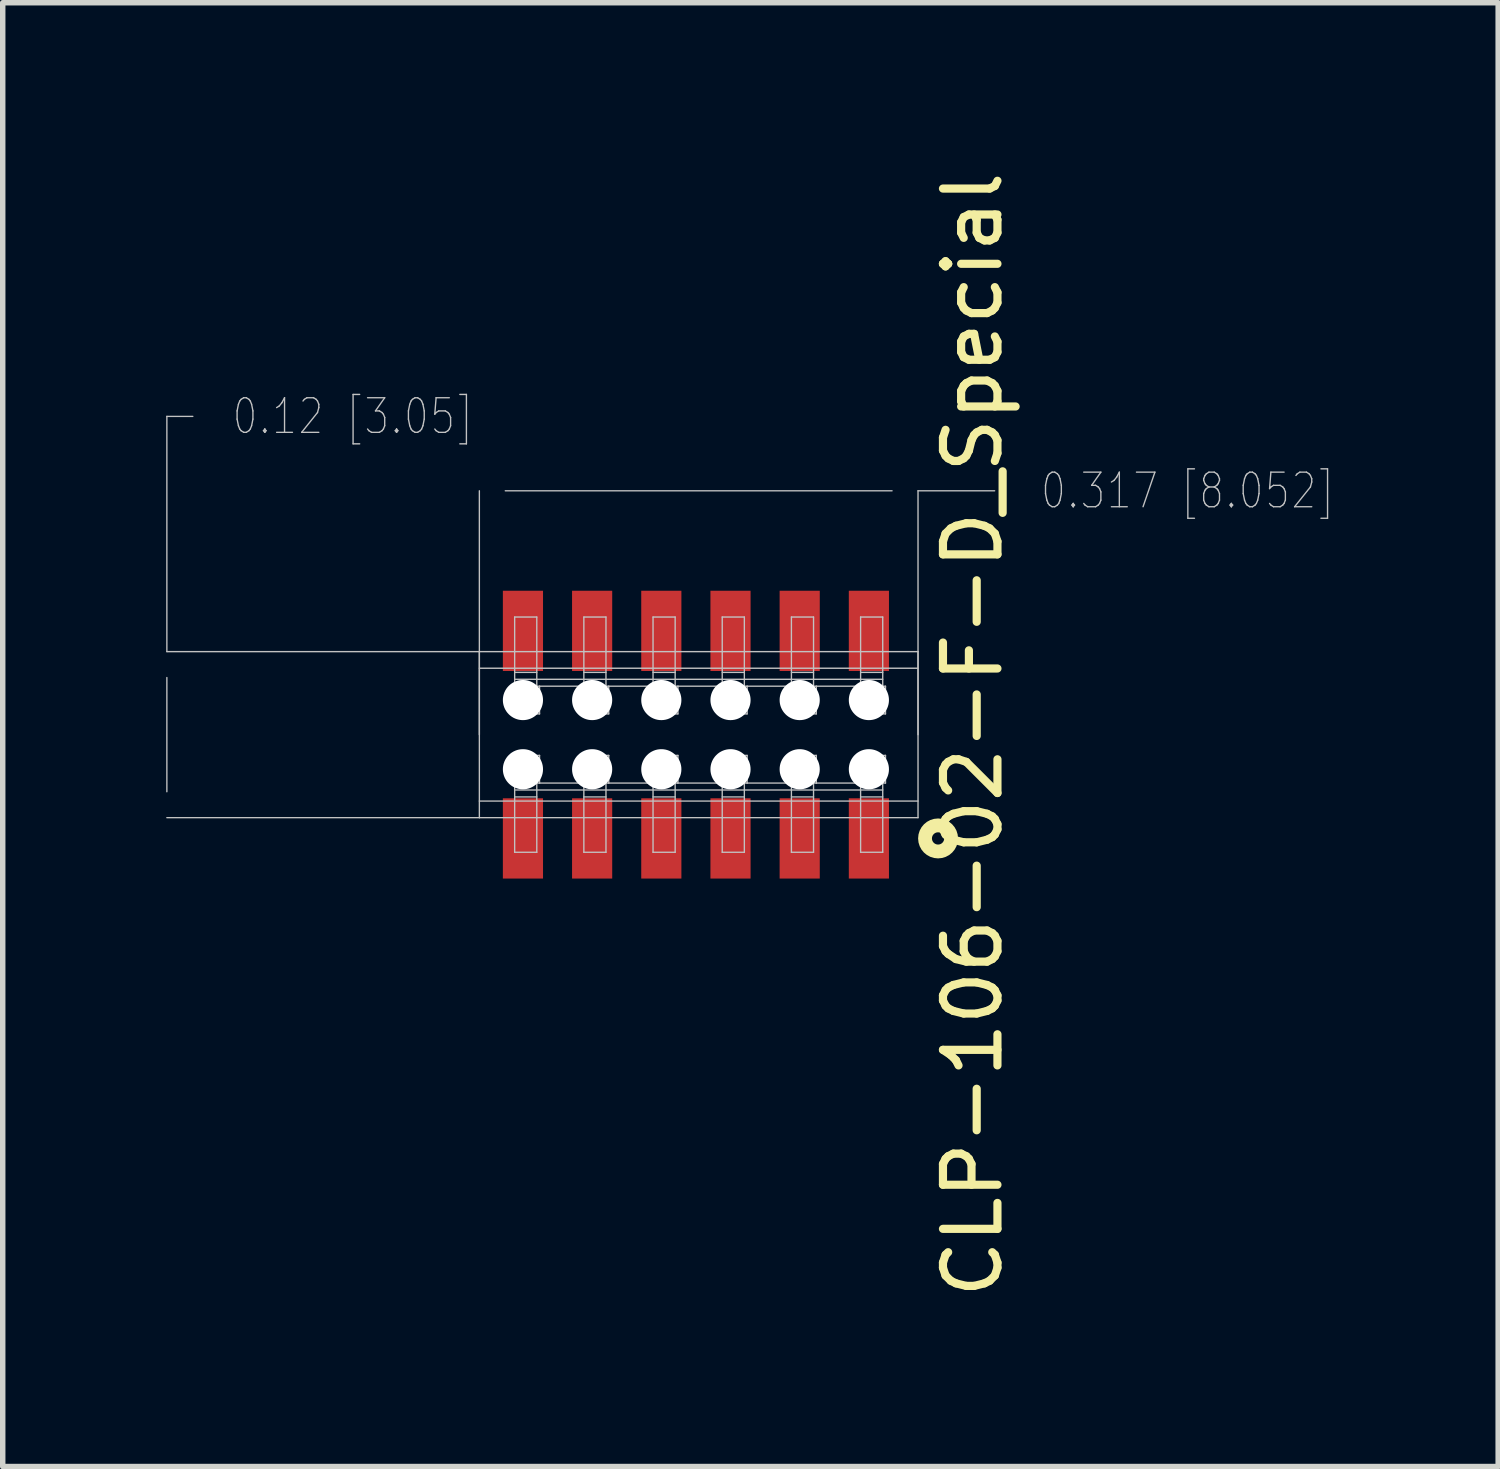
<source format=kicad_pcb>
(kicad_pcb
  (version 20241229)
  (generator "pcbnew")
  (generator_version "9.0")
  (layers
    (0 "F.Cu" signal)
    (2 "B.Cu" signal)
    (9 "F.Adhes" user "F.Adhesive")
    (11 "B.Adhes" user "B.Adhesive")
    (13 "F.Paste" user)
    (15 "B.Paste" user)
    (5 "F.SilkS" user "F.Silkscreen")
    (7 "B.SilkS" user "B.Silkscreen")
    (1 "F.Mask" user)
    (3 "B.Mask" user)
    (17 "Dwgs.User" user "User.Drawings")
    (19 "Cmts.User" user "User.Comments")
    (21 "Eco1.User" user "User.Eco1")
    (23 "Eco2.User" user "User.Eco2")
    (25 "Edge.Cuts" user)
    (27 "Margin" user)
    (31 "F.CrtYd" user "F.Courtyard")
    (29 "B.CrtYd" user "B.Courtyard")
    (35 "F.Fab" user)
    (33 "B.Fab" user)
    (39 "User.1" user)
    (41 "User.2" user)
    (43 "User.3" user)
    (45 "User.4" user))
  (footprint "CLP-106-02-F-D_Special"
    (layer "F.Cu")
    (at 9.724 10.435)
    (property "Reference" "CLP-106-02-F-D_Special" (at 5.08 0 90) (layer "F.SilkS") (effects (font (size 1 1) (thickness 0.15))))
    (attr smd)
    (fp_circle (center 4.445 1.905) (end 4.648 2.032) (stroke (width 0.254) (type solid)) (fill no) (layer "F.SilkS"))
    (fp_line (start -9.711 -5.842) (end -9.711 -1.524) (stroke (width 0.025) (type solid)) (layer "Dwgs.User"))
    (fp_line (start -9.711 1.048) (end -9.711 -1.048) (stroke (width 0.025) (type solid)) (layer "Dwgs.User"))
    (fp_line (start -9.235 -5.842) (end -9.711 -5.842) (stroke (width 0.025) (type solid)) (layer "Dwgs.User"))
    (fp_line (start -3.975 -1.524) (end -9.711 -1.524) (stroke (width 0.025) (type solid)) (layer "Dwgs.User"))
    (fp_line (start -3.975 -1.524) (end -3.975 1.524) (stroke (width 0.025) (type solid)) (layer "Dwgs.User"))
    (fp_line (start -3.975 0) (end -3.975 -4.476) (stroke (width 0.025) (type solid)) (layer "Dwgs.User"))
    (fp_line (start -3.975 1.524) (end -9.711 1.524) (stroke (width 0.025) (type solid)) (layer "Dwgs.User"))
    (fp_line (start -3.975 1.524) (end 4.077 1.524) (stroke (width 0.025) (type solid)) (layer "Dwgs.User"))
    (fp_line (start -3.499 -4.476) (end 3.6 -4.476) (stroke (width 0.025) (type solid)) (layer "Dwgs.User"))
    (fp_line (start -3.378 -0.889) (end -3.378 -0.381) (stroke (width 0.025) (type solid)) (layer "Dwgs.User"))
    (fp_line (start -3.378 -0.381) (end -2.87 -0.381) (stroke (width 0.025) (type solid)) (layer "Dwgs.User"))
    (fp_line (start -3.378 0.381) (end -3.378 0.889) (stroke (width 0.025) (type solid)) (layer "Dwgs.User"))
    (fp_line (start -3.378 0.889) (end -2.87 0.889) (stroke (width 0.025) (type solid)) (layer "Dwgs.User"))
    (fp_line (start -3.327 -2.159) (end -2.921 -2.159) (stroke (width 0.025) (type solid)) (layer "Dwgs.User"))
    (fp_line (start -3.327 -1.524) (end -3.327 -2.159) (stroke (width 0.025) (type solid)) (layer "Dwgs.User"))
    (fp_line (start -3.327 -1.143) (end -2.921 -1.143) (stroke (width 0.025) (type solid)) (layer "Dwgs.User"))
    (fp_line (start -3.327 -1.016) (end 3.429 -1.016) (stroke (width 0.025) (type solid)) (layer "Dwgs.User"))
    (fp_line (start -3.327 -0.889) (end -3.327 -1.524) (stroke (width 0.025) (type solid)) (layer "Dwgs.User"))
    (fp_line (start -3.327 0.889) (end -3.327 1.524) (stroke (width 0.025) (type solid)) (layer "Dwgs.User"))
    (fp_line (start -3.327 1.524) (end -3.327 2.159) (stroke (width 0.025) (type solid)) (layer "Dwgs.User"))
    (fp_line (start -2.921 -2.159) (end -2.921 -1.524) (stroke (width 0.025) (type solid)) (layer "Dwgs.User"))
    (fp_line (start -2.921 -1.524) (end -2.921 -0.889) (stroke (width 0.025) (type solid)) (layer "Dwgs.User"))
    (fp_line (start -2.921 0.889) (end -2.921 1.524) (stroke (width 0.025) (type solid)) (layer "Dwgs.User"))
    (fp_line (start -2.921 1.143) (end -3.327 1.143) (stroke (width 0.025) (type solid)) (layer "Dwgs.User"))
    (fp_line (start -2.921 1.524) (end -2.921 2.159) (stroke (width 0.025) (type solid)) (layer "Dwgs.User"))
    (fp_line (start -2.921 2.159) (end -3.327 2.159) (stroke (width 0.025) (type solid)) (layer "Dwgs.User"))
    (fp_line (start -2.87 -0.889) (end -3.378 -0.889) (stroke (width 0.025) (type solid)) (layer "Dwgs.User"))
    (fp_line (start -2.87 -0.889) (end -2.108 -0.889) (stroke (width 0.025) (type solid)) (layer "Dwgs.User"))
    (fp_line (start -2.87 -0.381) (end -2.87 -0.889) (stroke (width 0.025) (type solid)) (layer "Dwgs.User"))
    (fp_line (start -2.87 0.381) (end -3.378 0.381) (stroke (width 0.025) (type solid)) (layer "Dwgs.User"))
    (fp_line (start -2.87 0.889) (end -2.87 0.381) (stroke (width 0.025) (type solid)) (layer "Dwgs.User"))
    (fp_line (start -2.108 -0.889) (end -2.108 -0.381) (stroke (width 0.025) (type solid)) (layer "Dwgs.User"))
    (fp_line (start -2.108 -0.381) (end -1.6 -0.381) (stroke (width 0.025) (type solid)) (layer "Dwgs.User"))
    (fp_line (start -2.108 0.381) (end -2.108 0.889) (stroke (width 0.025) (type solid)) (layer "Dwgs.User"))
    (fp_line (start -2.108 0.889) (end -2.87 0.889) (stroke (width 0.025) (type solid)) (layer "Dwgs.User"))
    (fp_line (start -2.108 0.889) (end -1.6 0.889) (stroke (width 0.025) (type solid)) (layer "Dwgs.User"))
    (fp_line (start -2.057 -2.159) (end -1.651 -2.159) (stroke (width 0.025) (type solid)) (layer "Dwgs.User"))
    (fp_line (start -2.057 -1.524) (end -2.057 -2.159) (stroke (width 0.025) (type solid)) (layer "Dwgs.User"))
    (fp_line (start -2.057 -1.143) (end -1.651 -1.143) (stroke (width 0.025) (type solid)) (layer "Dwgs.User"))
    (fp_line (start -2.057 -0.889) (end -2.057 -1.524) (stroke (width 0.025) (type solid)) (layer "Dwgs.User"))
    (fp_line (start -2.057 1.524) (end -2.057 0.889) (stroke (width 0.025) (type solid)) (layer "Dwgs.User"))
    (fp_line (start -2.057 2.159) (end -2.057 1.524) (stroke (width 0.025) (type solid)) (layer "Dwgs.User"))
    (fp_line (start -1.651 -2.159) (end -1.651 -1.524) (stroke (width 0.025) (type solid)) (layer "Dwgs.User"))
    (fp_line (start -1.651 -1.524) (end -1.651 -0.889) (stroke (width 0.025) (type solid)) (layer "Dwgs.User"))
    (fp_line (start -1.651 0.889) (end -1.651 1.524) (stroke (width 0.025) (type solid)) (layer "Dwgs.User"))
    (fp_line (start -1.651 1.143) (end -2.057 1.143) (stroke (width 0.025) (type solid)) (layer "Dwgs.User"))
    (fp_line (start -1.651 1.524) (end -1.651 2.159) (stroke (width 0.025) (type solid)) (layer "Dwgs.User"))
    (fp_line (start -1.651 2.159) (end -2.057 2.159) (stroke (width 0.025) (type solid)) (layer "Dwgs.User"))
    (fp_line (start -1.6 -0.889) (end -2.108 -0.889) (stroke (width 0.025) (type solid)) (layer "Dwgs.User"))
    (fp_line (start -1.6 -0.889) (end -0.838 -0.889) (stroke (width 0.025) (type solid)) (layer "Dwgs.User"))
    (fp_line (start -1.6 -0.381) (end -1.6 -0.889) (stroke (width 0.025) (type solid)) (layer "Dwgs.User"))
    (fp_line (start -1.6 0.381) (end -2.108 0.381) (stroke (width 0.025) (type solid)) (layer "Dwgs.User"))
    (fp_line (start -1.6 0.889) (end -1.6 0.381) (stroke (width 0.025) (type solid)) (layer "Dwgs.User"))
    (fp_line (start -0.838 -0.889) (end -0.838 -0.381) (stroke (width 0.025) (type solid)) (layer "Dwgs.User"))
    (fp_line (start -0.838 -0.381) (end -0.33 -0.381) (stroke (width 0.025) (type solid)) (layer "Dwgs.User"))
    (fp_line (start -0.838 0.381) (end -0.838 0.889) (stroke (width 0.025) (type solid)) (layer "Dwgs.User"))
    (fp_line (start -0.838 0.889) (end -1.6 0.889) (stroke (width 0.025) (type solid)) (layer "Dwgs.User"))
    (fp_line (start -0.838 0.889) (end -0.33 0.889) (stroke (width 0.025) (type solid)) (layer "Dwgs.User"))
    (fp_line (start -0.787 -2.159) (end -0.381 -2.159) (stroke (width 0.025) (type solid)) (layer "Dwgs.User"))
    (fp_line (start -0.787 -1.524) (end -0.787 -2.159) (stroke (width 0.025) (type solid)) (layer "Dwgs.User"))
    (fp_line (start -0.787 -1.143) (end -0.381 -1.143) (stroke (width 0.025) (type solid)) (layer "Dwgs.User"))
    (fp_line (start -0.787 -0.889) (end -0.787 -1.524) (stroke (width 0.025) (type solid)) (layer "Dwgs.User"))
    (fp_line (start -0.787 1.524) (end -0.787 0.889) (stroke (width 0.025) (type solid)) (layer "Dwgs.User"))
    (fp_line (start -0.787 2.159) (end -0.787 1.524) (stroke (width 0.025) (type solid)) (layer "Dwgs.User"))
    (fp_line (start -0.381 -2.159) (end -0.381 -1.524) (stroke (width 0.025) (type solid)) (layer "Dwgs.User"))
    (fp_line (start -0.381 -1.524) (end -0.381 -0.889) (stroke (width 0.025) (type solid)) (layer "Dwgs.User"))
    (fp_line (start -0.381 0.889) (end -0.381 1.524) (stroke (width 0.025) (type solid)) (layer "Dwgs.User"))
    (fp_line (start -0.381 1.143) (end -0.787 1.143) (stroke (width 0.025) (type solid)) (layer "Dwgs.User"))
    (fp_line (start -0.381 1.524) (end -0.381 2.159) (stroke (width 0.025) (type solid)) (layer "Dwgs.User"))
    (fp_line (start -0.381 2.159) (end -0.787 2.159) (stroke (width 0.025) (type solid)) (layer "Dwgs.User"))
    (fp_line (start -0.33 -0.889) (end -0.838 -0.889) (stroke (width 0.025) (type solid)) (layer "Dwgs.User"))
    (fp_line (start -0.33 -0.889) (end 0.432 -0.889) (stroke (width 0.025) (type solid)) (layer "Dwgs.User"))
    (fp_line (start -0.33 -0.381) (end -0.33 -0.889) (stroke (width 0.025) (type solid)) (layer "Dwgs.User"))
    (fp_line (start -0.33 0.381) (end -0.838 0.381) (stroke (width 0.025) (type solid)) (layer "Dwgs.User"))
    (fp_line (start -0.33 0.889) (end -0.33 0.381) (stroke (width 0.025) (type solid)) (layer "Dwgs.User"))
    (fp_line (start 0.432 -0.889) (end 0.432 -0.381) (stroke (width 0.025) (type solid)) (layer "Dwgs.User"))
    (fp_line (start 0.432 -0.381) (end 0.94 -0.381) (stroke (width 0.025) (type solid)) (layer "Dwgs.User"))
    (fp_line (start 0.432 0.381) (end 0.432 0.889) (stroke (width 0.025) (type solid)) (layer "Dwgs.User"))
    (fp_line (start 0.432 0.889) (end -0.33 0.889) (stroke (width 0.025) (type solid)) (layer "Dwgs.User"))
    (fp_line (start 0.432 0.889) (end 0.94 0.889) (stroke (width 0.025) (type solid)) (layer "Dwgs.User"))
    (fp_line (start 0.483 -2.159) (end 0.889 -2.159) (stroke (width 0.025) (type solid)) (layer "Dwgs.User"))
    (fp_line (start 0.483 -1.524) (end 0.483 -2.159) (stroke (width 0.025) (type solid)) (layer "Dwgs.User"))
    (fp_line (start 0.483 -1.143) (end 0.889 -1.143) (stroke (width 0.025) (type solid)) (layer "Dwgs.User"))
    (fp_line (start 0.483 -0.889) (end 0.483 -1.524) (stroke (width 0.025) (type solid)) (layer "Dwgs.User"))
    (fp_line (start 0.483 1.524) (end 0.483 0.889) (stroke (width 0.025) (type solid)) (layer "Dwgs.User"))
    (fp_line (start 0.483 2.159) (end 0.483 1.524) (stroke (width 0.025) (type solid)) (layer "Dwgs.User"))
    (fp_line (start 0.889 -2.159) (end 0.889 -1.524) (stroke (width 0.025) (type solid)) (layer "Dwgs.User"))
    (fp_line (start 0.889 -1.524) (end 0.889 -0.889) (stroke (width 0.025) (type solid)) (layer "Dwgs.User"))
    (fp_line (start 0.889 0.889) (end 0.889 1.524) (stroke (width 0.025) (type solid)) (layer "Dwgs.User"))
    (fp_line (start 0.889 1.143) (end 0.483 1.143) (stroke (width 0.025) (type solid)) (layer "Dwgs.User"))
    (fp_line (start 0.889 1.524) (end 0.889 2.159) (stroke (width 0.025) (type solid)) (layer "Dwgs.User"))
    (fp_line (start 0.889 2.159) (end 0.483 2.159) (stroke (width 0.025) (type solid)) (layer "Dwgs.User"))
    (fp_line (start 0.94 -0.889) (end 0.432 -0.889) (stroke (width 0.025) (type solid)) (layer "Dwgs.User"))
    (fp_line (start 0.94 -0.889) (end 1.702 -0.889) (stroke (width 0.025) (type solid)) (layer "Dwgs.User"))
    (fp_line (start 0.94 -0.381) (end 0.94 -0.889) (stroke (width 0.025) (type solid)) (layer "Dwgs.User"))
    (fp_line (start 0.94 0.381) (end 0.432 0.381) (stroke (width 0.025) (type solid)) (layer "Dwgs.User"))
    (fp_line (start 0.94 0.889) (end 0.94 0.381) (stroke (width 0.025) (type solid)) (layer "Dwgs.User"))
    (fp_line (start 1.702 -0.889) (end 1.702 -0.381) (stroke (width 0.025) (type solid)) (layer "Dwgs.User"))
    (fp_line (start 1.702 -0.381) (end 2.21 -0.381) (stroke (width 0.025) (type solid)) (layer "Dwgs.User"))
    (fp_line (start 1.702 0.381) (end 1.702 0.889) (stroke (width 0.025) (type solid)) (layer "Dwgs.User"))
    (fp_line (start 1.702 0.889) (end 0.94 0.889) (stroke (width 0.025) (type solid)) (layer "Dwgs.User"))
    (fp_line (start 1.702 0.889) (end 2.21 0.889) (stroke (width 0.025) (type solid)) (layer "Dwgs.User"))
    (fp_line (start 1.753 -2.159) (end 2.159 -2.159) (stroke (width 0.025) (type solid)) (layer "Dwgs.User"))
    (fp_line (start 1.753 -1.524) (end 1.753 -2.159) (stroke (width 0.025) (type solid)) (layer "Dwgs.User"))
    (fp_line (start 1.753 -1.143) (end 2.159 -1.143) (stroke (width 0.025) (type solid)) (layer "Dwgs.User"))
    (fp_line (start 1.753 -0.889) (end 1.753 -1.524) (stroke (width 0.025) (type solid)) (layer "Dwgs.User"))
    (fp_line (start 1.753 1.524) (end 1.753 0.889) (stroke (width 0.025) (type solid)) (layer "Dwgs.User"))
    (fp_line (start 1.753 2.159) (end 1.753 1.524) (stroke (width 0.025) (type solid)) (layer "Dwgs.User"))
    (fp_line (start 2.159 -2.159) (end 2.159 -1.524) (stroke (width 0.025) (type solid)) (layer "Dwgs.User"))
    (fp_line (start 2.159 -1.524) (end 2.159 -0.889) (stroke (width 0.025) (type solid)) (layer "Dwgs.User"))
    (fp_line (start 2.159 0.889) (end 2.159 1.524) (stroke (width 0.025) (type solid)) (layer "Dwgs.User"))
    (fp_line (start 2.159 1.143) (end 1.753 1.143) (stroke (width 0.025) (type solid)) (layer "Dwgs.User"))
    (fp_line (start 2.159 1.524) (end 2.159 2.159) (stroke (width 0.025) (type solid)) (layer "Dwgs.User"))
    (fp_line (start 2.159 2.159) (end 1.753 2.159) (stroke (width 0.025) (type solid)) (layer "Dwgs.User"))
    (fp_line (start 2.21 -0.889) (end 1.702 -0.889) (stroke (width 0.025) (type solid)) (layer "Dwgs.User"))
    (fp_line (start 2.21 -0.889) (end 2.972 -0.889) (stroke (width 0.025) (type solid)) (layer "Dwgs.User"))
    (fp_line (start 2.21 -0.381) (end 2.21 -0.889) (stroke (width 0.025) (type solid)) (layer "Dwgs.User"))
    (fp_line (start 2.21 0.381) (end 1.702 0.381) (stroke (width 0.025) (type solid)) (layer "Dwgs.User"))
    (fp_line (start 2.21 0.889) (end 2.21 0.381) (stroke (width 0.025) (type solid)) (layer "Dwgs.User"))
    (fp_line (start 2.972 -0.889) (end 2.972 -0.381) (stroke (width 0.025) (type solid)) (layer "Dwgs.User"))
    (fp_line (start 2.972 -0.381) (end 3.48 -0.381) (stroke (width 0.025) (type solid)) (layer "Dwgs.User"))
    (fp_line (start 2.972 0.381) (end 2.972 0.889) (stroke (width 0.025) (type solid)) (layer "Dwgs.User"))
    (fp_line (start 2.972 0.889) (end 2.21 0.889) (stroke (width 0.025) (type solid)) (layer "Dwgs.User"))
    (fp_line (start 2.972 0.889) (end 3.48 0.889) (stroke (width 0.025) (type solid)) (layer "Dwgs.User"))
    (fp_line (start 3.023 -2.159) (end 3.429 -2.159) (stroke (width 0.025) (type solid)) (layer "Dwgs.User"))
    (fp_line (start 3.023 -1.524) (end 3.023 -2.159) (stroke (width 0.025) (type solid)) (layer "Dwgs.User"))
    (fp_line (start 3.023 -1.143) (end 3.429 -1.143) (stroke (width 0.025) (type solid)) (layer "Dwgs.User"))
    (fp_line (start 3.023 -0.889) (end 3.023 -1.524) (stroke (width 0.025) (type solid)) (layer "Dwgs.User"))
    (fp_line (start 3.023 1.524) (end 3.023 0.889) (stroke (width 0.025) (type solid)) (layer "Dwgs.User"))
    (fp_line (start 3.023 2.159) (end 3.023 1.524) (stroke (width 0.025) (type solid)) (layer "Dwgs.User"))
    (fp_line (start 3.429 -1.524) (end 3.429 -2.159) (stroke (width 0.025) (type solid)) (layer "Dwgs.User"))
    (fp_line (start 3.429 -0.889) (end 3.429 -1.524) (stroke (width 0.025) (type solid)) (layer "Dwgs.User"))
    (fp_line (start 3.429 0.889) (end 3.429 1.524) (stroke (width 0.025) (type solid)) (layer "Dwgs.User"))
    (fp_line (start 3.429 1.016) (end -3.327 1.016) (stroke (width 0.025) (type solid)) (layer "Dwgs.User"))
    (fp_line (start 3.429 1.143) (end 3.023 1.143) (stroke (width 0.025) (type solid)) (layer "Dwgs.User"))
    (fp_line (start 3.429 1.524) (end 3.429 2.159) (stroke (width 0.025) (type solid)) (layer "Dwgs.User"))
    (fp_line (start 3.429 2.159) (end 3.023 2.159) (stroke (width 0.025) (type solid)) (layer "Dwgs.User"))
    (fp_line (start 3.48 -0.889) (end 2.972 -0.889) (stroke (width 0.025) (type solid)) (layer "Dwgs.User"))
    (fp_line (start 3.48 -0.381) (end 3.48 -0.889) (stroke (width 0.025) (type solid)) (layer "Dwgs.User"))
    (fp_line (start 3.48 0.381) (end 2.972 0.381) (stroke (width 0.025) (type solid)) (layer "Dwgs.User"))
    (fp_line (start 3.48 0.889) (end 3.48 0.381) (stroke (width 0.025) (type solid)) (layer "Dwgs.User"))
    (fp_line (start 4.077 -4.476) (end 5.483 -4.476) (stroke (width 0.025) (type solid)) (layer "Dwgs.User"))
    (fp_line (start 4.077 -1.524) (end -3.975 -1.524) (stroke (width 0.025) (type solid)) (layer "Dwgs.User"))
    (fp_line (start 4.077 -1.219) (end -3.975 -1.219) (stroke (width 0.025) (type solid)) (layer "Dwgs.User"))
    (fp_line (start 4.077 0) (end 4.077 -4.476) (stroke (width 0.025) (type solid)) (layer "Dwgs.User"))
    (fp_line (start 4.077 1.219) (end -3.975 1.219) (stroke (width 0.025) (type solid)) (layer "Dwgs.User"))
    (fp_line (start 4.077 1.524) (end 4.077 -1.524) (stroke (width 0.025) (type solid)) (layer "Dwgs.User"))
    (fp_text user "0.317 [8.052]" (at 9.03 -4.476 0) (layer "Dwgs.User") (effects (font (size 0.635 0.508) (thickness 0.025))))
    (fp_text user "0.12 [3.05]" (at -6.293 -5.842 0) (layer "Dwgs.User") (effects (font (size 0.635 0.508) (thickness 0.025))))
    (pad "" np_thru_hole circle (at -3.175 -0.635) (size 0.737 0.737) (drill 0.737) (layers "*.Cu" "*.Mask"))
    (pad "" np_thru_hole circle (at -3.175 0.635) (size 0.737 0.737) (drill 0.737) (layers "*.Cu" "*.Mask"))
    (pad "" np_thru_hole circle (at -1.905 -0.635) (size 0.737 0.737) (drill 0.737) (layers "*.Cu" "*.Mask"))
    (pad "" np_thru_hole circle (at -1.905 0.635) (size 0.737 0.737) (drill 0.737) (layers "*.Cu" "*.Mask"))
    (pad "" np_thru_hole circle (at -0.635 -0.635) (size 0.737 0.737) (drill 0.737) (layers "*.Cu" "*.Mask"))
    (pad "" np_thru_hole circle (at -0.635 0.635) (size 0.737 0.737) (drill 0.737) (layers "*.Cu" "*.Mask"))
    (pad "" np_thru_hole circle (at 0.635 -0.635) (size 0.737 0.737) (drill 0.737) (layers "*.Cu" "*.Mask"))
    (pad "" np_thru_hole circle (at 0.635 0.635) (size 0.737 0.737) (drill 0.737) (layers "*.Cu" "*.Mask"))
    (pad "" np_thru_hole circle (at 1.905 -0.635) (size 0.737 0.737) (drill 0.737) (layers "*.Cu" "*.Mask"))
    (pad "" np_thru_hole circle (at 1.905 0.635) (size 0.737 0.737) (drill 0.737) (layers "*.Cu" "*.Mask"))
    (pad "" np_thru_hole circle (at 3.175 -0.635) (size 0.737 0.737) (drill 0.737) (layers "*.Cu" "*.Mask"))
    (pad "" np_thru_hole circle (at 3.175 0.635) (size 0.737 0.737) (drill 0.737) (layers "*.Cu" "*.Mask"))
    (pad "1" connect rect (at 3.175 1.905 180) (size 0.737 1.473) (layers "F.Cu" "F.Mask"))
    (pad "2" connect rect (at 3.175 -1.905 180) (size 0.737 1.473) (layers "F.Cu" "F.Mask"))
    (pad "3" connect rect (at 1.905 1.905 180) (size 0.737 1.473) (layers "F.Cu" "F.Mask"))
    (pad "4" connect rect (at 1.905 -1.905 180) (size 0.737 1.473) (layers "F.Cu" "F.Mask"))
    (pad "5" connect rect (at 0.635 1.905 180) (size 0.737 1.473) (layers "F.Cu" "F.Mask"))
    (pad "6" connect rect (at 0.635 -1.905 180) (size 0.737 1.473) (layers "F.Cu" "F.Mask"))
    (pad "7" connect rect (at -0.635 1.905 180) (size 0.737 1.473) (layers "F.Cu" "F.Mask"))
    (pad "8" connect rect (at -0.635 -1.905 180) (size 0.737 1.473) (layers "F.Cu" "F.Mask"))
    (pad "9" connect rect (at -1.905 1.905 180) (size 0.737 1.473) (layers "F.Cu" "F.Mask"))
    (pad "10" connect rect (at -1.905 -1.905 180) (size 0.737 1.473) (layers "F.Cu" "F.Mask"))
    (pad "11" connect rect (at -3.175 1.905 180) (size 0.737 1.473) (layers "F.Cu" "F.Mask"))
    (pad "12" connect rect (at -3.175 -1.905 180) (size 0.737 1.473) (layers "F.Cu" "F.Mask")))
  (gr_rect
    (start -3 -3)
    (end 24.45 23.869)
    (stroke (width 0.1) (type default))
    (fill no)
    (layer "Edge.Cuts")))
</source>
